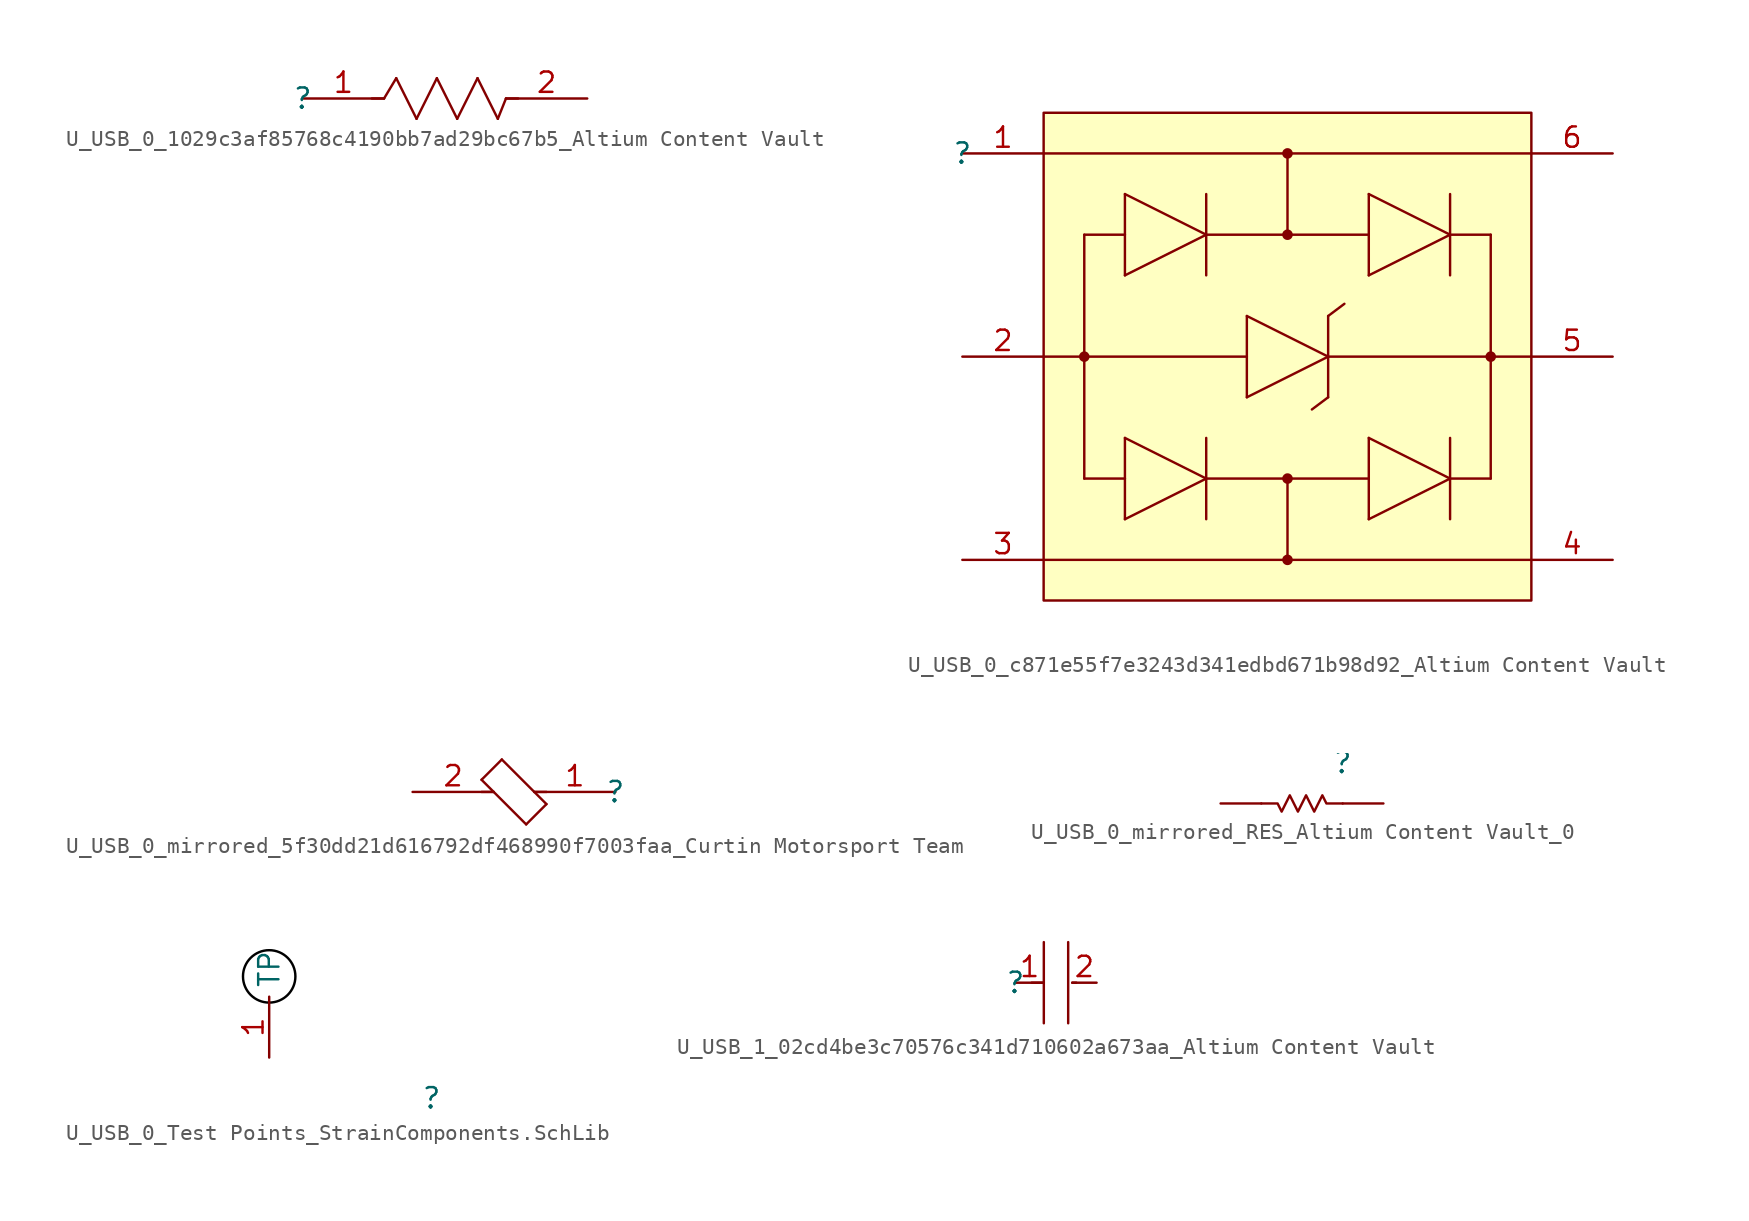
<source format=kicad_sym>
(kicad_symbol_lib
  (version 20241209)
  (generator "kicad_symbol_editor")
  (generator_version "9.0")
  (symbol "U_USB_0_1029c3af85768c4190bb7ad29bc67b5_Altium Content Vault"
    (pin_names
      (hide yes))
    (property "Reference" ""
      (at 0 0 0)
      (effects (font (size 1.27 1.27))))
    (property "Value" ""
      (at 0 0 0)
      (effects (font (size 1.27 1.27))))
    (symbol "U_USB_0_1029c3af85768c4190bb7ad29bc67b5_Altium Content Vault_1_0"
      (polyline (pts (xy 5.08 0) (xy 4.318 0)) (stroke (width 0) (type solid)) (fill (type none)))
      (polyline (pts (xy 5.08 0) (xy 5.842 1.27)) (stroke (width 0) (type solid)) (fill (type none)))
      (polyline (pts (xy 5.842 1.27) (xy 7.112 -1.27)) (stroke (width 0) (type solid)) (fill (type none)))
      (polyline (pts (xy 7.112 -1.27) (xy 8.382 1.27)) (stroke (width 0) (type solid)) (fill (type none)))
      (polyline (pts (xy 8.382 1.27) (xy 9.652 -1.27)) (stroke (width 0) (type solid)) (fill (type none)))
      (polyline (pts (xy 9.652 -1.27) (xy 10.922 1.27)) (stroke (width 0) (type solid)) (fill (type none)))
      (polyline (pts (xy 10.922 1.27) (xy 12.192 -1.27)) (stroke (width 0) (type solid)) (fill (type none)))
      (polyline (pts (xy 12.192 -1.27) (xy 12.7 0)) (stroke (width 0) (type solid)) (fill (type none)))
      (polyline (pts (xy 12.7 0) (xy 13.462 0)) (stroke (width 0) (type solid)) (fill (type none)))
      (pin passive line (at 0 0 0) (length 5.08) (name "1" (effects (font (size 1.27 1.27)))) (number "1" (effects (font (size 1.27 1.27)))))
      (pin passive line (at 17.78 0 180) (length 5.08) (name "2" (effects (font (size 1.27 1.27)))) (number "2" (effects (font (size 1.27 1.27)))))))
  (symbol "U_USB_0_c871e55f7e3243d341edbd671b98d92_Altium Content Vault"
    (pin_names
      (hide yes))
    (property "Reference" ""
      (at 0 0 0)
      (effects (font (size 1.27 1.27))))
    (property "Value" ""
      (at 0 0 0)
      (effects (font (size 1.27 1.27))))
    (symbol "U_USB_0_c871e55f7e3243d341edbd671b98d92_Altium Content Vault_1_0"
      (polyline (pts (xy 5.08 0) (xy 35.56 0)) (stroke (width 0) (type solid)) (fill (type none)))
      (polyline (pts (xy 5.08 -25.4) (xy 35.56 -25.4)) (stroke (width 0) (type solid)) (fill (type none)))
      (polyline (pts (xy 7.62 -5.08) (xy 10.16 -5.08)) (stroke (width 0) (type solid)) (fill (type none)))
      (polyline (pts (xy 7.62 -12.7) (xy 5.08 -12.7)) (stroke (width 0) (type solid)) (fill (type none)))
      (polyline (pts (xy 7.62 -12.7) (xy 17.78 -12.7)) (stroke (width 0) (type solid)) (fill (type none)))
      (circle (center 7.62 -12.7) (radius 0.254) (stroke (width 0) (type solid)) (fill (type outline)))
      (polyline (pts (xy 7.62 -20.32) (xy 7.62 -5.08)) (stroke (width 0) (type solid)) (fill (type none)))
      (polyline (pts (xy 10.16 -2.54) (xy 10.16 -7.62)) (stroke (width 0) (type solid)) (fill (type none)))
      (polyline (pts (xy 10.16 -7.62) (xy 15.24 -5.08)) (stroke (width 0) (type solid)) (fill (type none)))
      (polyline (pts (xy 10.16 -17.78) (xy 10.16 -22.86)) (stroke (width 0) (type solid)) (fill (type none)))
      (polyline (pts (xy 10.16 -20.32) (xy 7.62 -20.32)) (stroke (width 0) (type solid)) (fill (type none)))
      (polyline (pts (xy 10.16 -22.86) (xy 15.24 -20.32)) (stroke (width 0) (type solid)) (fill (type none)))
      (polyline (pts (xy 15.24 -2.54) (xy 15.24 -7.62)) (stroke (width 0) (type solid)) (fill (type none)))
      (polyline (pts (xy 15.24 -5.08) (xy 10.16 -2.54)) (stroke (width 0) (type solid)) (fill (type none)))
      (polyline (pts (xy 15.24 -5.08) (xy 25.4 -5.08)) (stroke (width 0) (type solid)) (fill (type none)))
      (polyline (pts (xy 15.24 -17.78) (xy 15.24 -22.86)) (stroke (width 0) (type solid)) (fill (type none)))
      (polyline (pts (xy 15.24 -20.32) (xy 10.16 -17.78)) (stroke (width 0) (type solid)) (fill (type none)))
      (polyline (pts (xy 17.78 -10.16) (xy 17.78 -15.24)) (stroke (width 0) (type solid)) (fill (type none)))
      (polyline (pts (xy 17.78 -15.24) (xy 22.86 -12.7)) (stroke (width 0) (type solid)) (fill (type none)))
      (circle (center 20.32 0) (radius 0.254) (stroke (width 0) (type solid)) (fill (type outline)))
      (polyline (pts (xy 20.32 -5.08) (xy 20.32 0)) (stroke (width 0) (type solid)) (fill (type none)))
      (circle (center 20.32 -5.08) (radius 0.254) (stroke (width 0) (type solid)) (fill (type outline)))
      (polyline (pts (xy 20.32 -20.32) (xy 20.32 -25.4)) (stroke (width 0) (type solid)) (fill (type none)))
      (circle (center 20.32 -20.32) (radius 0.254) (stroke (width 0) (type solid)) (fill (type outline)))
      (circle (center 20.32 -25.4) (radius 0.254) (stroke (width 0) (type solid)) (fill (type outline)))
      (polyline (pts (xy 22.86 -10.16) (xy 22.86 -15.24)) (stroke (width 0) (type solid)) (fill (type none)))
      (polyline (pts (xy 22.86 -10.16) (xy 23.876 -9.398)) (stroke (width 0) (type solid)) (fill (type none)))
      (polyline (pts (xy 22.86 -12.7) (xy 17.78 -10.16)) (stroke (width 0) (type solid)) (fill (type none)))
      (polyline (pts (xy 22.86 -12.7) (xy 33.02 -12.7)) (stroke (width 0) (type solid)) (fill (type none)))
      (polyline (pts (xy 22.86 -15.24) (xy 21.844 -16.002)) (stroke (width 0) (type solid)) (fill (type none)))
      (polyline (pts (xy 25.4 -2.54) (xy 25.4 -7.62)) (stroke (width 0) (type solid)) (fill (type none)))
      (polyline (pts (xy 25.4 -7.62) (xy 30.48 -5.08)) (stroke (width 0) (type solid)) (fill (type none)))
      (polyline (pts (xy 25.4 -17.78) (xy 25.4 -22.86)) (stroke (width 0) (type solid)) (fill (type none)))
      (polyline (pts (xy 25.4 -20.32) (xy 15.24 -20.32)) (stroke (width 0) (type solid)) (fill (type none)))
      (polyline (pts (xy 25.4 -22.86) (xy 30.48 -20.32)) (stroke (width 0) (type solid)) (fill (type none)))
      (polyline (pts (xy 30.48 -2.54) (xy 30.48 -7.62)) (stroke (width 0) (type solid)) (fill (type none)))
      (polyline (pts (xy 30.48 -5.08) (xy 25.4 -2.54)) (stroke (width 0) (type solid)) (fill (type none)))
      (polyline (pts (xy 30.48 -5.08) (xy 33.02 -5.08)) (stroke (width 0) (type solid)) (fill (type none)))
      (polyline (pts (xy 30.48 -17.78) (xy 30.48 -22.86)) (stroke (width 0) (type solid)) (fill (type none)))
      (polyline (pts (xy 30.48 -20.32) (xy 25.4 -17.78)) (stroke (width 0) (type solid)) (fill (type none)))
      (polyline (pts (xy 33.02 -5.08) (xy 33.02 -20.32)) (stroke (width 0) (type solid)) (fill (type none)))
      (polyline (pts (xy 33.02 -12.7) (xy 35.56 -12.7)) (stroke (width 0) (type solid)) (fill (type none)))
      (circle (center 33.02 -12.7) (radius 0.254) (stroke (width 0) (type solid)) (fill (type outline)))
      (polyline (pts (xy 33.02 -20.32) (xy 30.48 -20.32)) (stroke (width 0) (type solid)) (fill (type none)))
      (rectangle (start 35.56 2.54) (end 5.08 -27.94) (stroke (width 0) (type solid) (color 128 0 0 1)) (fill (type background)))
      (pin bidirectional line (at 0 0 0) (length 5.08) (name "I/O1" (effects (font (size 1.27 1.27)))) (number "1" (effects (font (size 1.27 1.27)))))
      (pin power_in line (at 0 -12.7 0) (length 5.08) (name "GND" (effects (font (size 1.27 1.27)))) (number "2" (effects (font (size 1.27 1.27)))))
      (pin bidirectional line (at 0 -25.4 0) (length 5.08) (name "I/O2" (effects (font (size 1.27 1.27)))) (number "3" (effects (font (size 1.27 1.27)))))
      (pin bidirectional line (at 40.64 0 180) (length 5.08) (name "I/O1" (effects (font (size 1.27 1.27)))) (number "6" (effects (font (size 1.27 1.27)))))
      (pin power_in line (at 40.64 -12.7 180) (length 5.08) (name "VBUS" (effects (font (size 1.27 1.27)))) (number "5" (effects (font (size 1.27 1.27)))))
      (pin bidirectional line (at 40.64 -25.4 180) (length 5.08) (name "I/O2" (effects (font (size 1.27 1.27)))) (number "4" (effects (font (size 1.27 1.27)))))))
  (symbol "U_USB_0_mirrored_5f30dd21d616792df468990f7003faa_Curtin Motorsport Team"
    (pin_names
      (hide yes))
    (property "Reference" ""
      (at 0 0 0)
      (effects (font (size 1.27 1.27))))
    (property "Value" ""
      (at 0 0 0)
      (effects (font (size 1.27 1.27))))
    (symbol "U_USB_0_mirrored_5f30dd21d616792df468990f7003faa_Curtin Motorsport Team_1_0"
      (polyline (pts (xy -7.62 0) (xy -8.382 0)) (stroke (width 0) (type solid)) (fill (type none)))
      (polyline (pts (xy -7.112 2.032) (xy -8.382 0.762)) (stroke (width 0) (type solid)) (fill (type none)))
      (polyline (pts (xy -5.588 -2.032) (xy -8.382 0.762)) (stroke (width 0) (type solid)) (fill (type none)))
      (polyline (pts (xy -5.588 -2.032) (xy -4.318 -0.762)) (stroke (width 0) (type solid)) (fill (type none)))
      (polyline (pts (xy -5.08 0) (xy -4.318 0)) (stroke (width 0) (type solid)) (fill (type none)))
      (polyline (pts (xy -4.318 -0.762) (xy -7.112 2.032)) (stroke (width 0) (type solid)) (fill (type none)))
      (pin passive line (at -12.7 0 0) (length 5.08) (name "2" (effects (font (size 1.27 1.27)))) (number "2" (effects (font (size 1.27 1.27)))))
      (pin passive line (at 0 0 180) (length 5.08) (name "1" (effects (font (size 1.27 1.27)))) (number "1" (effects (font (size 1.27 1.27)))))))
  (symbol "U_USB_0_mirrored_RES_Altium Content Vault_0"
    (pin_numbers
      (hide yes))
    (pin_names
      (hide yes))
    (property "Reference" ""
      (at 0 0 0)
      (effects (font (size 1.27 1.27))))
    (property "Value" ""
      (at 0 0 0)
      (effects (font (size 1.27 1.27))))
    (symbol "U_USB_0_mirrored_RES_Altium Content Vault_0_1_0"
      (polyline (pts (xy -5.08 -2.54) (xy -4.064 -2.54) (xy -3.81 -3.048) (xy -3.302 -2.032) (xy -2.794 -3.048) (xy -2.286 -2.032) (xy -1.778 -3.048) (xy -1.27 -2.032) (xy -1.016 -2.54) (xy 0 -2.54)) (stroke (width 0) (type solid)) (fill (type none)))
      (pin passive line (at -7.62 -2.54 0) (length 2.54) (name "2" (effects (font (size 1.27 1.27)))) (number "2" (effects (font (size 1.27 1.27)))))
      (pin passive line (at 2.54 -2.54 180) (length 2.54) (name "1" (effects (font (size 1.27 1.27)))) (number "1" (effects (font (size 1.27 1.27)))))))
  (symbol "U_USB_0_Test Points_StrainComponents.SchLib"
    (property "Reference" ""
      (at 0 0 0)
      (effects (font (size 1.27 1.27))))
    (property "Value" ""
      (at 0 0 0)
      (effects (font (size 1.27 1.27))))
    (symbol "U_USB_0_Test Points_StrainComponents.SchLib_1_0"
      (circle (center -10.16 7.62) (radius 1.64) (stroke (width 0) (type solid) (color 0 0 0 1)) (fill (type none)))
      (pin passive line (at -10.16 2.54 90) (length 3.81) (name "TP" (effects (font (size 1.27 1.27)))) (number "1" (effects (font (size 1.27 1.27)))))))
  (symbol "U_USB_1_02cd4be3c70576c341d710602a673aa_Altium Content Vault"
    (pin_names
      (hide yes))
    (property "Reference" ""
      (at 0 0 0)
      (effects (font (size 1.27 1.27))))
    (property "Value" ""
      (at 0 0 0)
      (effects (font (size 1.27 1.27))))
    (symbol "U_USB_1_02cd4be3c70576c341d710602a673aa_Altium Content Vault_1_0"
      (polyline (pts (xy 1.778 2.54) (xy 1.778 -2.54)) (stroke (width 0) (type solid)) (fill (type none)))
      (polyline (pts (xy 1.778 0) (xy 1.016 0)) (stroke (width 0) (type solid)) (fill (type none)))
      (polyline (pts (xy 3.302 2.54) (xy 3.302 -2.54)) (stroke (width 0) (type solid)) (fill (type none)))
      (polyline (pts (xy 3.556 0) (xy 3.81 0)) (stroke (width 0) (type solid)) (fill (type none)))
      (pin passive line (at 0 0 0) (length 1.778) (name "1" (effects (font (size 1.27 1.27)))) (number "1" (effects (font (size 1.27 1.27)))))
      (pin passive line (at 5.08 0 180) (length 1.524) (name "2" (effects (font (size 1.27 1.27)))) (number "2" (effects (font (size 1.27 1.27))))))))
</source>
